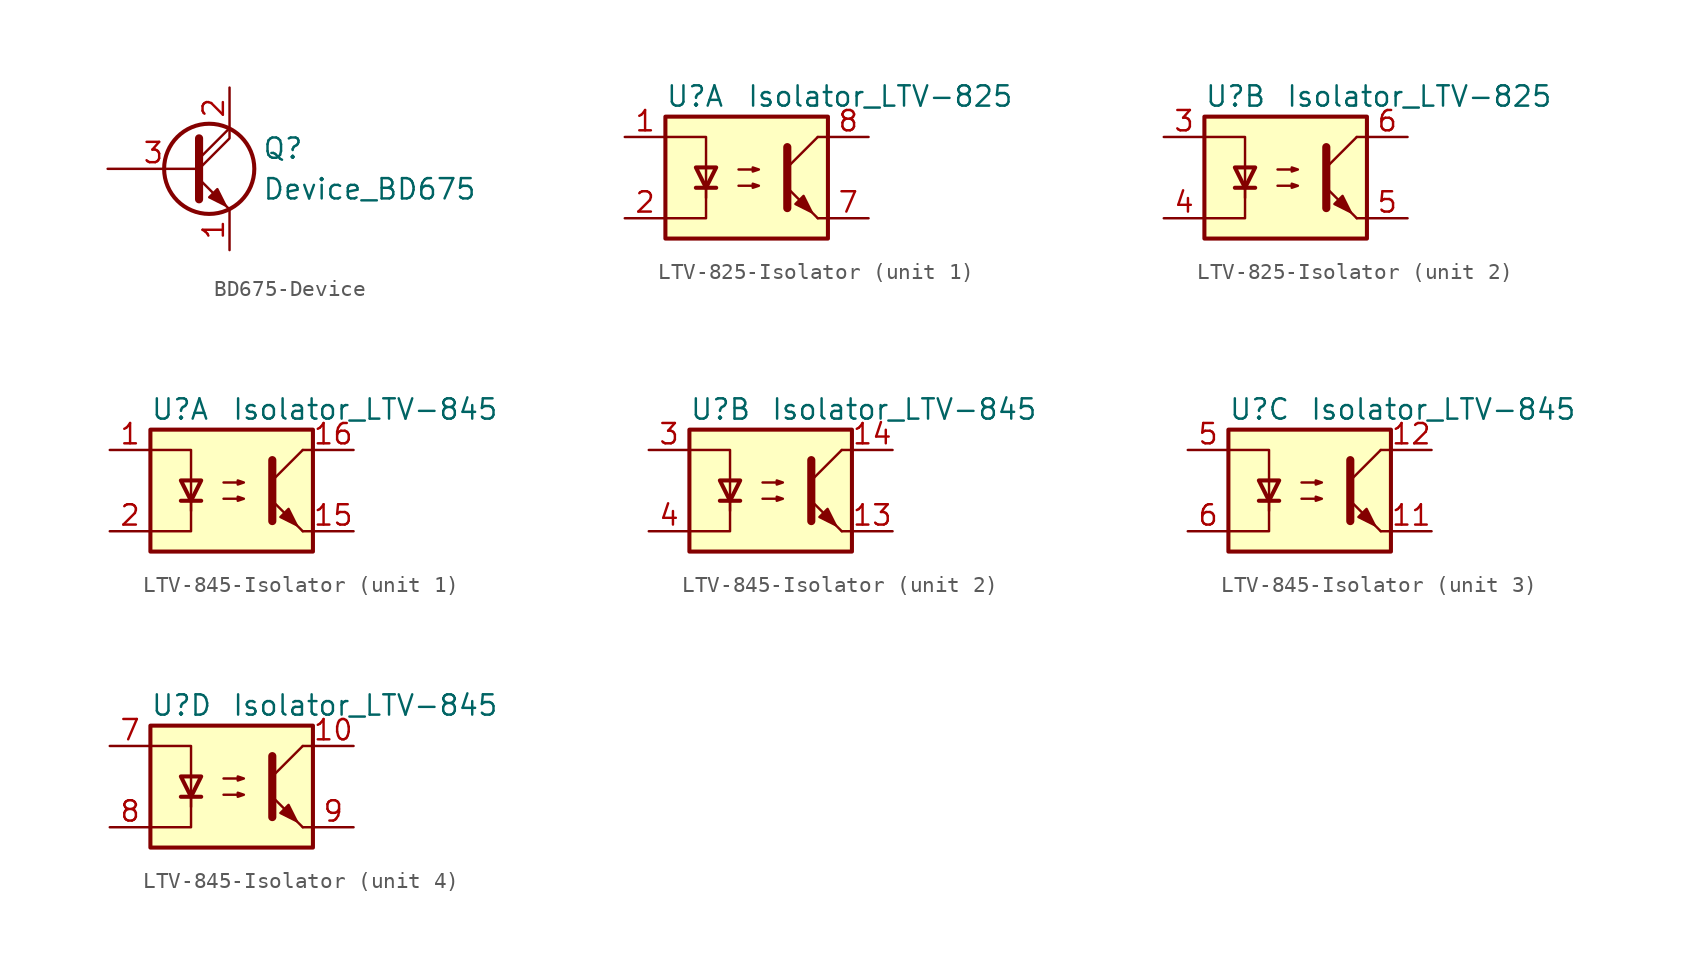
<source format=kicad_sym>
(kicad_symbol_lib
  (version 20220914)
  (generator kicad_symbol_editor)
  (symbol "BD675-Device"
    (pin_names
      (offset 0) hide)
    (property "Reference" "Q"
      (at 4.572 1.27 0)
      (effects (font (size 1.27 1.27)) (justify left)))
    (property "Value" "Device_BD675"
      (at 4.572 -1.27 0)
      (effects (font (size 1.27 1.27)) (justify left)))
    (symbol "BD675-Device_0_1"
      (polyline (pts (xy 0.635 0.635) (xy 2.54 2.54)) (stroke (width 0) (type solid)) (fill (type none)))
      (polyline (pts (xy 0.635 -0.635) (xy 2.54 -2.54) (xy 2.54 -2.54)) (stroke (width 0) (type solid)) (fill (type none)))
      (polyline (pts (xy 0.635 0) (xy 2.54 1.905) (xy 2.54 2.54)) (stroke (width 0) (type solid)) (fill (type none)))
      (polyline (pts (xy 0.635 1.905) (xy 0.635 -1.905) (xy 0.635 -1.905)) (stroke (width 0.508) (type solid)) (fill (type none)))
      (polyline (pts (xy 1.27 -1.778) (xy 1.778 -1.27) (xy 2.286 -2.286) (xy 1.27 -1.778) (xy 1.27 -1.778)) (stroke (width 0) (type solid)) (fill (type outline)))
      (circle (center 1.27 0) (radius 2.819) (stroke (width 0.254) (type solid)) (fill (type none))))
    (symbol "BD675-Device_1_1"
      (pin passive line (at 2.54 -5.08 90) (length 2.54) (name "E" (effects (font (size 1.27 1.27)))) (number "1" (effects (font (size 1.27 1.27)))))
      (pin passive line (at 2.54 5.08 270) (length 2.54) (name "C" (effects (font (size 1.27 1.27)))) (number "2" (effects (font (size 1.27 1.27)))))
      (pin passive line (at -5.08 0 0) (length 5.715) (name "B" (effects (font (size 1.27 1.27)))) (number "3" (effects (font (size 1.27 1.27)))))))
  (symbol "LTV-825-Isolator"
    (pin_names
      (offset 1.016))
    (property "Reference" "U"
      (at -5.08 5.08 0)
      (effects (font (size 1.27 1.27)) (justify left)))
    (property "Value" "Isolator_LTV-825"
      (at 0 5.08 0)
      (effects (font (size 1.27 1.27)) (justify left)))
    (symbol "LTV-825-Isolator_0_1"
      (rectangle (start -5.08 3.81) (end 5.08 -3.81) (stroke (width 0.254) (type solid)) (fill (type background)))
      (polyline (pts (xy -3.175 -0.635) (xy -1.905 -0.635)) (stroke (width 0.254) (type solid)) (fill (type none)))
      (polyline (pts (xy 2.54 0.635) (xy 4.445 2.54)) (stroke (width 0) (type solid)) (fill (type none)))
      (polyline (pts (xy 4.445 -2.54) (xy 2.54 -0.635)) (stroke (width 0) (type solid)) (fill (type outline)))
      (polyline (pts (xy 4.445 -2.54) (xy 5.08 -2.54)) (stroke (width 0) (type solid)) (fill (type none)))
      (polyline (pts (xy 4.445 2.54) (xy 5.08 2.54)) (stroke (width 0) (type solid)) (fill (type none)))
      (polyline (pts (xy -2.54 -0.635) (xy -2.54 -2.54) (xy -5.08 -2.54)) (stroke (width 0) (type solid)) (fill (type none)))
      (polyline (pts (xy 2.54 1.905) (xy 2.54 -1.905) (xy 2.54 -1.905)) (stroke (width 0.508) (type solid)) (fill (type none)))
      (polyline (pts (xy -5.08 2.54) (xy -2.54 2.54) (xy -2.54 -1.27) (xy -2.54 0.635)) (stroke (width 0) (type solid)) (fill (type none)))
      (polyline (pts (xy -2.54 -0.635) (xy -3.175 0.635) (xy -1.905 0.635) (xy -2.54 -0.635)) (stroke (width 0.254) (type solid)) (fill (type none)))
      (polyline (pts (xy -0.508 -0.508) (xy 0.762 -0.508) (xy 0.381 -0.635) (xy 0.381 -0.381) (xy 0.762 -0.508)) (stroke (width 0) (type solid)) (fill (type none)))
      (polyline (pts (xy -0.508 0.508) (xy 0.762 0.508) (xy 0.381 0.381) (xy 0.381 0.635) (xy 0.762 0.508)) (stroke (width 0) (type solid)) (fill (type none)))
      (polyline (pts (xy 3.048 -1.651) (xy 3.556 -1.143) (xy 4.064 -2.159) (xy 3.048 -1.651) (xy 3.048 -1.651)) (stroke (width 0) (type solid)) (fill (type outline))))
    (symbol "LTV-825-Isolator_1_1"
      (pin passive line (at -7.62 2.54 0) (length 2.54) (name "~" (effects (font (size 1.27 1.27)))) (number "1" (effects (font (size 1.27 1.27)))))
      (pin passive line (at -7.62 -2.54 0) (length 2.54) (name "~" (effects (font (size 1.27 1.27)))) (number "2" (effects (font (size 1.27 1.27)))))
      (pin passive line (at 7.62 -2.54 180) (length 2.54) (name "~" (effects (font (size 1.27 1.27)))) (number "7" (effects (font (size 1.27 1.27)))))
      (pin passive line (at 7.62 2.54 180) (length 2.54) (name "~" (effects (font (size 1.27 1.27)))) (number "8" (effects (font (size 1.27 1.27))))))
    (symbol "LTV-825-Isolator_2_1"
      (pin passive line (at -7.62 2.54 0) (length 2.54) (name "~" (effects (font (size 1.27 1.27)))) (number "3" (effects (font (size 1.27 1.27)))))
      (pin passive line (at -7.62 -2.54 0) (length 2.54) (name "~" (effects (font (size 1.27 1.27)))) (number "4" (effects (font (size 1.27 1.27)))))
      (pin passive line (at 7.62 -2.54 180) (length 2.54) (name "~" (effects (font (size 1.27 1.27)))) (number "5" (effects (font (size 1.27 1.27)))))
      (pin passive line (at 7.62 2.54 180) (length 2.54) (name "~" (effects (font (size 1.27 1.27)))) (number "6" (effects (font (size 1.27 1.27)))))))
  (symbol "LTV-845-Isolator"
    (pin_names
      (offset 1.016))
    (property "Reference" "U"
      (at -5.08 5.08 0)
      (effects (font (size 1.27 1.27)) (justify left)))
    (property "Value" "Isolator_LTV-845"
      (at 0 5.08 0)
      (effects (font (size 1.27 1.27)) (justify left)))
    (symbol "LTV-845-Isolator_0_1"
      (rectangle (start -5.08 3.81) (end 5.08 -3.81) (stroke (width 0.254) (type solid)) (fill (type background)))
      (polyline (pts (xy -3.175 -0.635) (xy -1.905 -0.635)) (stroke (width 0.254) (type solid)) (fill (type none)))
      (polyline (pts (xy 2.54 0.635) (xy 4.445 2.54)) (stroke (width 0) (type solid)) (fill (type none)))
      (polyline (pts (xy 4.445 -2.54) (xy 2.54 -0.635)) (stroke (width 0) (type solid)) (fill (type outline)))
      (polyline (pts (xy 4.445 -2.54) (xy 5.08 -2.54)) (stroke (width 0) (type solid)) (fill (type none)))
      (polyline (pts (xy 4.445 2.54) (xy 5.08 2.54)) (stroke (width 0) (type solid)) (fill (type none)))
      (polyline (pts (xy -2.54 -0.635) (xy -2.54 -2.54) (xy -5.08 -2.54)) (stroke (width 0) (type solid)) (fill (type none)))
      (polyline (pts (xy 2.54 1.905) (xy 2.54 -1.905) (xy 2.54 -1.905)) (stroke (width 0.508) (type solid)) (fill (type none)))
      (polyline (pts (xy -5.08 2.54) (xy -2.54 2.54) (xy -2.54 -1.27) (xy -2.54 0.635)) (stroke (width 0) (type solid)) (fill (type none)))
      (polyline (pts (xy -2.54 -0.635) (xy -3.175 0.635) (xy -1.905 0.635) (xy -2.54 -0.635)) (stroke (width 0.254) (type solid)) (fill (type none)))
      (polyline (pts (xy -0.508 -0.508) (xy 0.762 -0.508) (xy 0.381 -0.635) (xy 0.381 -0.381) (xy 0.762 -0.508)) (stroke (width 0) (type solid)) (fill (type none)))
      (polyline (pts (xy -0.508 0.508) (xy 0.762 0.508) (xy 0.381 0.381) (xy 0.381 0.635) (xy 0.762 0.508)) (stroke (width 0) (type solid)) (fill (type none)))
      (polyline (pts (xy 3.048 -1.651) (xy 3.556 -1.143) (xy 4.064 -2.159) (xy 3.048 -1.651) (xy 3.048 -1.651)) (stroke (width 0) (type solid)) (fill (type outline))))
    (symbol "LTV-845-Isolator_1_1"
      (pin passive line (at -7.62 2.54 0) (length 2.54) (name "~" (effects (font (size 1.27 1.27)))) (number "1" (effects (font (size 1.27 1.27)))))
      (pin passive line (at 7.62 -2.54 180) (length 2.54) (name "~" (effects (font (size 1.27 1.27)))) (number "15" (effects (font (size 1.27 1.27)))))
      (pin passive line (at 7.62 2.54 180) (length 2.54) (name "~" (effects (font (size 1.27 1.27)))) (number "16" (effects (font (size 1.27 1.27)))))
      (pin passive line (at -7.62 -2.54 0) (length 2.54) (name "~" (effects (font (size 1.27 1.27)))) (number "2" (effects (font (size 1.27 1.27))))))
    (symbol "LTV-845-Isolator_2_1"
      (pin passive line (at 7.62 -2.54 180) (length 2.54) (name "~" (effects (font (size 1.27 1.27)))) (number "13" (effects (font (size 1.27 1.27)))))
      (pin passive line (at 7.62 2.54 180) (length 2.54) (name "~" (effects (font (size 1.27 1.27)))) (number "14" (effects (font (size 1.27 1.27)))))
      (pin passive line (at -7.62 2.54 0) (length 2.54) (name "~" (effects (font (size 1.27 1.27)))) (number "3" (effects (font (size 1.27 1.27)))))
      (pin passive line (at -7.62 -2.54 0) (length 2.54) (name "~" (effects (font (size 1.27 1.27)))) (number "4" (effects (font (size 1.27 1.27))))))
    (symbol "LTV-845-Isolator_3_1"
      (pin passive line (at 7.62 -2.54 180) (length 2.54) (name "~" (effects (font (size 1.27 1.27)))) (number "11" (effects (font (size 1.27 1.27)))))
      (pin passive line (at 7.62 2.54 180) (length 2.54) (name "~" (effects (font (size 1.27 1.27)))) (number "12" (effects (font (size 1.27 1.27)))))
      (pin passive line (at -7.62 2.54 0) (length 2.54) (name "~" (effects (font (size 1.27 1.27)))) (number "5" (effects (font (size 1.27 1.27)))))
      (pin passive line (at -7.62 -2.54 0) (length 2.54) (name "~" (effects (font (size 1.27 1.27)))) (number "6" (effects (font (size 1.27 1.27))))))
    (symbol "LTV-845-Isolator_4_1"
      (pin passive line (at 7.62 2.54 180) (length 2.54) (name "~" (effects (font (size 1.27 1.27)))) (number "10" (effects (font (size 1.27 1.27)))))
      (pin passive line (at -7.62 2.54 0) (length 2.54) (name "~" (effects (font (size 1.27 1.27)))) (number "7" (effects (font (size 1.27 1.27)))))
      (pin passive line (at -7.62 -2.54 0) (length 2.54) (name "~" (effects (font (size 1.27 1.27)))) (number "8" (effects (font (size 1.27 1.27)))))
      (pin passive line (at 7.62 -2.54 180) (length 2.54) (name "~" (effects (font (size 1.27 1.27)))) (number "9" (effects (font (size 1.27 1.27))))))))
</source>
